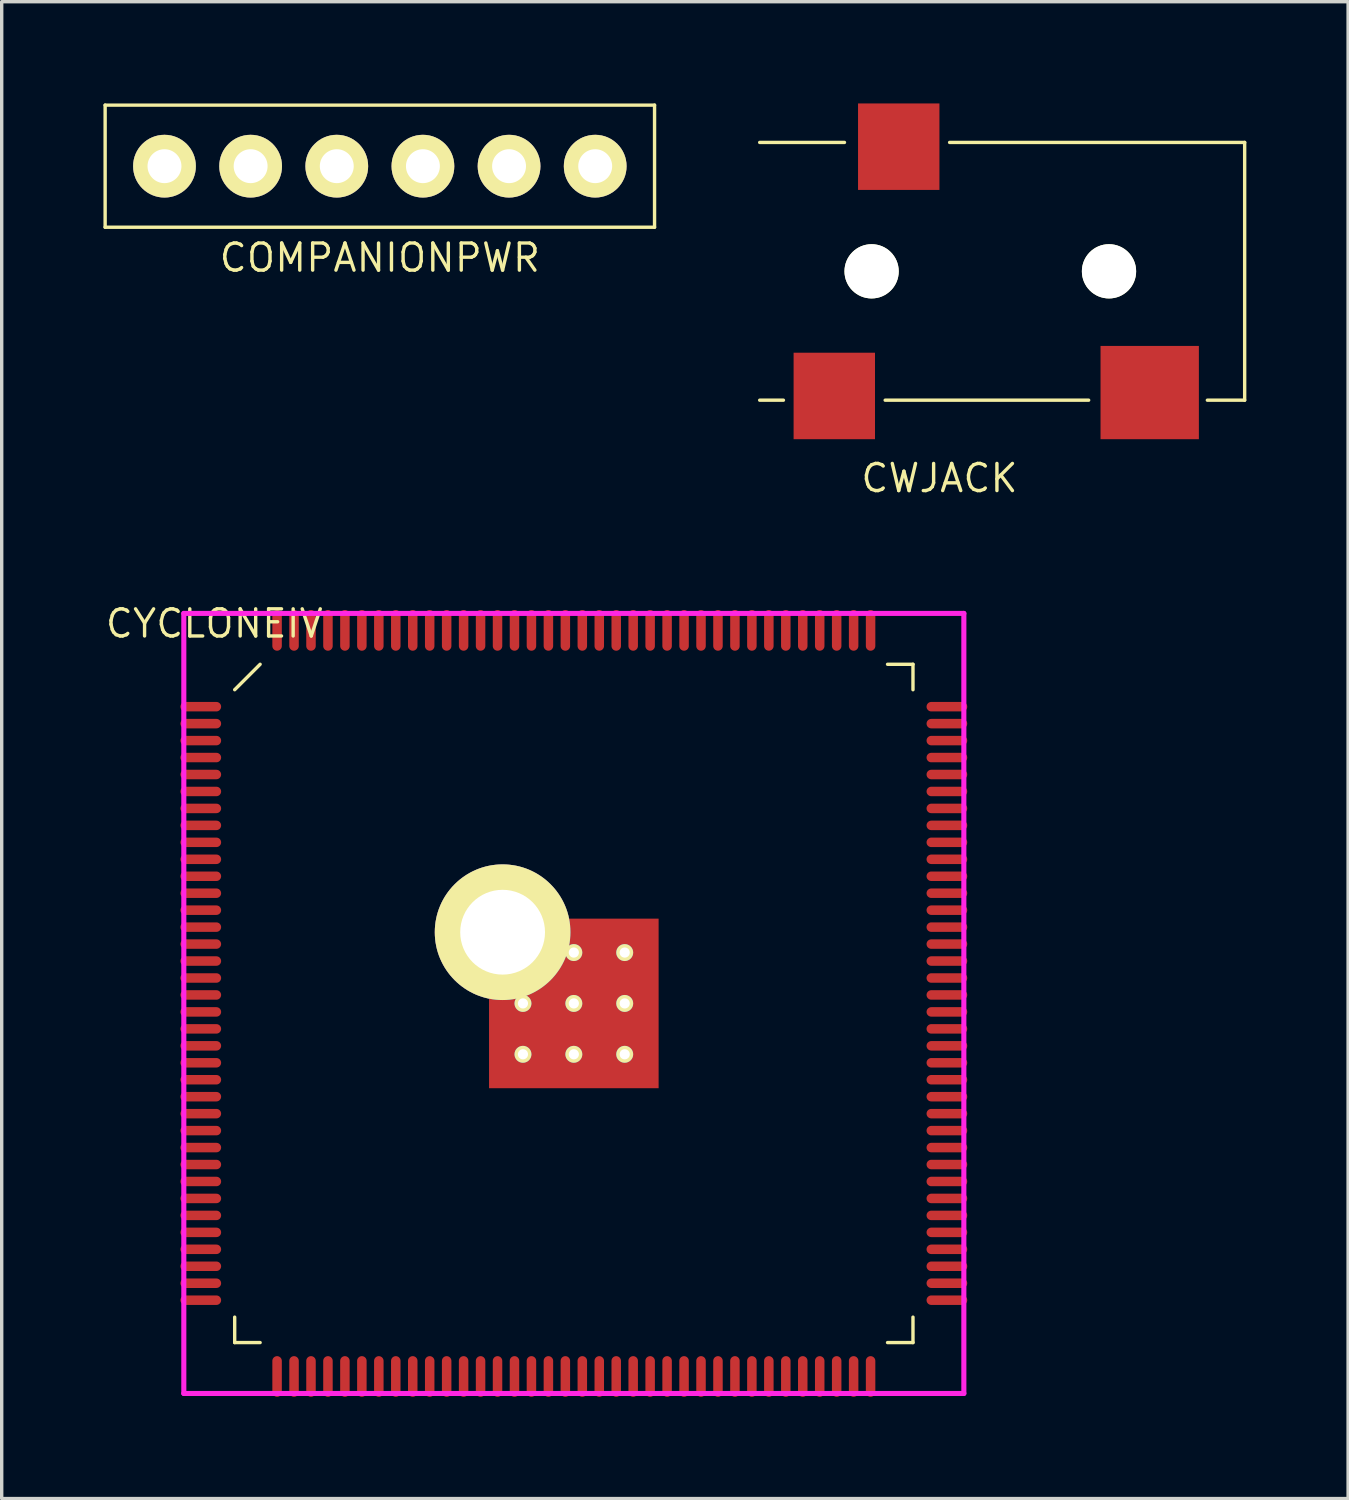
<source format=kicad_pcb>
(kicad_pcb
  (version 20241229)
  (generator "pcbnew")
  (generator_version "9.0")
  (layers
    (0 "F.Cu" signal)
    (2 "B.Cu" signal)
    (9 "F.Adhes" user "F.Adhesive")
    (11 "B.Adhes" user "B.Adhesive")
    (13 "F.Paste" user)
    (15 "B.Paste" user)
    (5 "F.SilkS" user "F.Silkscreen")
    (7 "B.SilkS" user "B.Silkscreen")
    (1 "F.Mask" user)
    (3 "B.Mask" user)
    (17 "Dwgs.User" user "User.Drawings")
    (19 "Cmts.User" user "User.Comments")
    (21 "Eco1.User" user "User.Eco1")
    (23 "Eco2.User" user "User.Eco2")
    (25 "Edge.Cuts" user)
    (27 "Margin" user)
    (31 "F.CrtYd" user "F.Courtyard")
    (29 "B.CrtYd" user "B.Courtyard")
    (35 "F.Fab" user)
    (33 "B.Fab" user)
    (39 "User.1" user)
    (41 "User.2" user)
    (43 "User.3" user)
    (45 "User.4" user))
  (footprint "CWJACK"
    (layer "F.Cu")
    (at 22.65 4.95)
    (property "Reference" "CWJACK" (at 2 6.1 0) (layer "F.SilkS") (effects (font (size 0.8 0.8) (thickness 0.1))))
    (attr through_hole)
    (fp_line (start -2.6 3.8) (end -3.3 3.8) (stroke (width 0.1) (type solid)) (layer "F.SilkS"))
    (fp_line (start -0.8 -3.8) (end -3.3 -3.8) (stroke (width 0.1) (type solid)) (layer "F.SilkS"))
    (fp_line (start 2.3 -3.8) (end 11 -3.8) (stroke (width 0.1) (type solid)) (layer "F.SilkS"))
    (fp_line (start 6.4 3.8) (end 0.4 3.8) (stroke (width 0.1) (type solid)) (layer "F.SilkS"))
    (fp_line (start 11 -3.8) (end 11 3.8) (stroke (width 0.1) (type solid)) (layer "F.SilkS"))
    (fp_line (start 11 3.8) (end 9.9 3.8) (stroke (width 0.1) (type solid)) (layer "F.SilkS"))
    (pad "" np_thru_hole circle (at 0 0) (size 1.6 1.6) (drill 1.6) (layers "*.Cu" "*.Mask" "F.SilkS"))
    (pad "" np_thru_hole circle (at 7 0) (size 1.6 1.6) (drill 1.6) (layers "*.Cu" "*.Mask" "F.SilkS"))
    (pad "2" smd rect (at 0.8 -3.675) (size 2.4 2.55) (layers "F.Cu" "F.Mask" "F.Paste"))
    (pad "3" smd rect (at -1.1 3.675) (size 2.4 2.55) (layers "F.Cu" "F.Mask" "F.Paste"))
    (pad "4" smd rect (at 8.2 3.575) (size 2.9 2.75) (layers "F.Cu" "F.Mask" "F.Paste")))
  (footprint "CYCLONEIV"
    (layer "F.Cu")
    (at 13.87 26.537)
    (property "Reference" "CYCLONEIV" (at -10.6 -11.2 0) (layer "F.SilkS") (effects (font (size 0.8 0.8) (thickness 0.1))))
    (attr through_hole)
    (fp_line (start -10 -9.25) (end -9.25 -10) (stroke (width 0.1) (type solid)) (layer "F.SilkS"))
    (fp_line (start -10 10) (end -10 9.25) (stroke (width 0.1) (type solid)) (layer "F.SilkS"))
    (fp_line (start -9.25 10) (end -10 10) (stroke (width 0.1) (type solid)) (layer "F.SilkS"))
    (fp_line (start 9.25 -10) (end 10 -10) (stroke (width 0.1) (type solid)) (layer "F.SilkS"))
    (fp_line (start 9.25 10) (end 10 10) (stroke (width 0.1) (type solid)) (layer "F.SilkS"))
    (fp_line (start 10 -10) (end 10 -9.25) (stroke (width 0.1) (type solid)) (layer "F.SilkS"))
    (fp_line (start 10 10) (end 10 9.25) (stroke (width 0.1) (type solid)) (layer "F.SilkS"))
    (fp_poly (pts (xy 1.5 -1.5) (xy 1.5 1.5) (xy -1.5 1.5) (xy -1.5 -1.5)) (stroke (width 0.15) (type solid)) (fill yes) (layer "F.Paste"))
    (fp_line (start -11.5 -11.5) (end 11.5 -11.5) (stroke (width 0.15) (type solid)) (layer "F.CrtYd"))
    (fp_line (start -11.5 11.5) (end -11.5 -11.5) (stroke (width 0.15) (type solid)) (layer "F.CrtYd"))
    (fp_line (start 11.5 -11.5) (end 11.5 11.5) (stroke (width 0.15) (type solid)) (layer "F.CrtYd"))
    (fp_line (start 11.5 11.5) (end -11.5 11.5) (stroke (width 0.15) (type solid)) (layer "F.CrtYd"))
    (pad "1" smd oval (at -11 -8.75 90) (size 0.28 1.2) (layers "F.Cu" "F.Mask" "F.Paste"))
    (pad "2" smd oval (at -11 -8.25 90) (size 0.28 1.2) (layers "F.Cu" "F.Mask" "F.Paste"))
    (pad "3" smd oval (at -11 -7.75 90) (size 0.28 1.2) (layers "F.Cu" "F.Mask" "F.Paste"))
    (pad "4" smd oval (at -11 -7.25 90) (size 0.28 1.2) (layers "F.Cu" "F.Mask" "F.Paste"))
    (pad "5" smd oval (at -11 -6.75 90) (size 0.28 1.2) (layers "F.Cu" "F.Mask" "F.Paste"))
    (pad "6" smd oval (at -11 -6.25 90) (size 0.28 1.2) (layers "F.Cu" "F.Mask" "F.Paste"))
    (pad "7" smd oval (at -11 -5.75 90) (size 0.28 1.2) (layers "F.Cu" "F.Mask" "F.Paste"))
    (pad "8" smd oval (at -11 -5.25 90) (size 0.28 1.2) (layers "F.Cu" "F.Mask" "F.Paste"))
    (pad "9" smd oval (at -11 -4.75 90) (size 0.28 1.2) (layers "F.Cu" "F.Mask" "F.Paste"))
    (pad "10" smd oval (at -11 -4.25 90) (size 0.28 1.2) (layers "F.Cu" "F.Mask" "F.Paste"))
    (pad "11" smd oval (at -11 -3.75 90) (size 0.28 1.2) (layers "F.Cu" "F.Mask" "F.Paste"))
    (pad "12" smd oval (at -11 -3.25 90) (size 0.28 1.2) (layers "F.Cu" "F.Mask" "F.Paste"))
    (pad "13" smd oval (at -11 -2.75 90) (size 0.28 1.2) (layers "F.Cu" "F.Mask" "F.Paste"))
    (pad "14" smd oval (at -11 -2.25 90) (size 0.28 1.2) (layers "F.Cu" "F.Mask" "F.Paste"))
    (pad "15" smd oval (at -11 -1.75 90) (size 0.28 1.2) (layers "F.Cu" "F.Mask" "F.Paste"))
    (pad "16" smd oval (at -11 -1.25 90) (size 0.28 1.2) (layers "F.Cu" "F.Mask" "F.Paste"))
    (pad "17" smd oval (at -11 -0.75 90) (size 0.28 1.2) (layers "F.Cu" "F.Mask" "F.Paste"))
    (pad "18" smd oval (at -11 -0.25 90) (size 0.28 1.2) (layers "F.Cu" "F.Mask" "F.Paste"))
    (pad "19" smd oval (at -11 0.25 90) (size 0.28 1.2) (layers "F.Cu" "F.Mask" "F.Paste"))
    (pad "20" smd oval (at -11 0.75 90) (size 0.28 1.2) (layers "F.Cu" "F.Mask" "F.Paste"))
    (pad "21" smd oval (at -11 1.25 90) (size 0.28 1.2) (layers "F.Cu" "F.Mask" "F.Paste"))
    (pad "22" smd oval (at -11 1.75 90) (size 0.28 1.2) (layers "F.Cu" "F.Mask" "F.Paste"))
    (pad "23" smd oval (at -11 2.25 90) (size 0.28 1.2) (layers "F.Cu" "F.Mask" "F.Paste"))
    (pad "24" smd oval (at -11 2.75 90) (size 0.28 1.2) (layers "F.Cu" "F.Mask" "F.Paste"))
    (pad "25" smd oval (at -11 3.25 90) (size 0.28 1.2) (layers "F.Cu" "F.Mask" "F.Paste"))
    (pad "26" smd oval (at -11 3.75 90) (size 0.28 1.2) (layers "F.Cu" "F.Mask" "F.Paste"))
    (pad "27" smd oval (at -11 4.25 90) (size 0.28 1.2) (layers "F.Cu" "F.Mask" "F.Paste"))
    (pad "28" smd oval (at -11 4.75 90) (size 0.28 1.2) (layers "F.Cu" "F.Mask" "F.Paste"))
    (pad "29" smd oval (at -11 5.25 90) (size 0.28 1.2) (layers "F.Cu" "F.Mask" "F.Paste"))
    (pad "30" smd oval (at -11 5.75 90) (size 0.28 1.2) (layers "F.Cu" "F.Mask" "F.Paste"))
    (pad "31" smd oval (at -11 6.25 90) (size 0.28 1.2) (layers "F.Cu" "F.Mask" "F.Paste"))
    (pad "32" smd oval (at -11 6.75 90) (size 0.28 1.2) (layers "F.Cu" "F.Mask" "F.Paste"))
    (pad "33" smd oval (at -11 7.25 90) (size 0.28 1.2) (layers "F.Cu" "F.Mask" "F.Paste"))
    (pad "34" smd oval (at -11 7.75 90) (size 0.28 1.2) (layers "F.Cu" "F.Mask" "F.Paste"))
    (pad "35" smd oval (at -11 8.25 90) (size 0.28 1.2) (layers "F.Cu" "F.Mask" "F.Paste"))
    (pad "36" smd oval (at -11 8.75 90) (size 0.28 1.2) (layers "F.Cu" "F.Mask" "F.Paste"))
    (pad "37" smd oval (at -8.75 11) (size 0.28 1.2) (layers "F.Cu" "F.Mask" "F.Paste"))
    (pad "38" smd oval (at -8.25 11) (size 0.28 1.2) (layers "F.Cu" "F.Mask" "F.Paste"))
    (pad "39" smd oval (at -7.75 11) (size 0.28 1.2) (layers "F.Cu" "F.Mask" "F.Paste"))
    (pad "40" smd oval (at -7.25 11) (size 0.28 1.2) (layers "F.Cu" "F.Mask" "F.Paste"))
    (pad "41" smd oval (at -6.75 11) (size 0.28 1.2) (layers "F.Cu" "F.Mask" "F.Paste"))
    (pad "42" smd oval (at -6.25 11) (size 0.28 1.2) (layers "F.Cu" "F.Mask" "F.Paste"))
    (pad "43" smd oval (at -5.75 11) (size 0.28 1.2) (layers "F.Cu" "F.Mask" "F.Paste"))
    (pad "44" smd oval (at -5.25 11) (size 0.28 1.2) (layers "F.Cu" "F.Mask" "F.Paste"))
    (pad "45" smd oval (at -4.75 11) (size 0.28 1.2) (layers "F.Cu" "F.Mask" "F.Paste"))
    (pad "46" smd oval (at -4.25 11) (size 0.28 1.2) (layers "F.Cu" "F.Mask" "F.Paste"))
    (pad "47" smd oval (at -3.75 11) (size 0.28 1.2) (layers "F.Cu" "F.Mask" "F.Paste"))
    (pad "48" smd oval (at -3.25 11) (size 0.28 1.2) (layers "F.Cu" "F.Mask" "F.Paste"))
    (pad "49" smd oval (at -2.75 11) (size 0.28 1.2) (layers "F.Cu" "F.Mask" "F.Paste"))
    (pad "50" smd oval (at -2.25 11) (size 0.28 1.2) (layers "F.Cu" "F.Mask" "F.Paste"))
    (pad "51" smd oval (at -1.75 11) (size 0.28 1.2) (layers "F.Cu" "F.Mask" "F.Paste"))
    (pad "52" smd oval (at -1.25 11) (size 0.28 1.2) (layers "F.Cu" "F.Mask" "F.Paste"))
    (pad "53" smd oval (at -0.75 11) (size 0.28 1.2) (layers "F.Cu" "F.Mask" "F.Paste"))
    (pad "54" smd oval (at -0.25 11) (size 0.28 1.2) (layers "F.Cu" "F.Mask" "F.Paste"))
    (pad "55" smd oval (at 0.25 11) (size 0.28 1.2) (layers "F.Cu" "F.Mask" "F.Paste"))
    (pad "56" smd oval (at 0.75 11) (size 0.28 1.2) (layers "F.Cu" "F.Mask" "F.Paste"))
    (pad "57" smd oval (at 1.25 11) (size 0.28 1.2) (layers "F.Cu" "F.Mask" "F.Paste"))
    (pad "58" smd oval (at 1.75 11) (size 0.28 1.2) (layers "F.Cu" "F.Mask" "F.Paste"))
    (pad "59" smd oval (at 2.25 11) (size 0.28 1.2) (layers "F.Cu" "F.Mask" "F.Paste"))
    (pad "60" smd oval (at 2.75 11) (size 0.28 1.2) (layers "F.Cu" "F.Mask" "F.Paste"))
    (pad "61" smd oval (at 3.25 11) (size 0.28 1.2) (layers "F.Cu" "F.Mask" "F.Paste"))
    (pad "62" smd oval (at 3.75 11) (size 0.28 1.2) (layers "F.Cu" "F.Mask" "F.Paste"))
    (pad "63" smd oval (at 4.25 11) (size 0.28 1.2) (layers "F.Cu" "F.Mask" "F.Paste"))
    (pad "64" smd oval (at 4.75 11) (size 0.28 1.2) (layers "F.Cu" "F.Mask" "F.Paste"))
    (pad "65" smd oval (at 5.25 11) (size 0.28 1.2) (layers "F.Cu" "F.Mask" "F.Paste"))
    (pad "66" smd oval (at 5.75 11) (size 0.28 1.2) (layers "F.Cu" "F.Mask" "F.Paste"))
    (pad "67" smd oval (at 6.25 11) (size 0.28 1.2) (layers "F.Cu" "F.Mask" "F.Paste"))
    (pad "68" smd oval (at 6.75 11) (size 0.28 1.2) (layers "F.Cu" "F.Mask" "F.Paste"))
    (pad "69" smd oval (at 7.25 11) (size 0.28 1.2) (layers "F.Cu" "F.Mask" "F.Paste"))
    (pad "70" smd oval (at 7.75 11) (size 0.28 1.2) (layers "F.Cu" "F.Mask" "F.Paste"))
    (pad "71" smd oval (at 8.25 11) (size 0.28 1.2) (layers "F.Cu" "F.Mask" "F.Paste"))
    (pad "72" smd oval (at 8.75 11) (size 0.28 1.2) (layers "F.Cu" "F.Mask" "F.Paste"))
    (pad "73" smd oval (at 11 8.75 90) (size 0.28 1.2) (layers "F.Cu" "F.Mask" "F.Paste"))
    (pad "74" smd oval (at 11 8.25 90) (size 0.28 1.2) (layers "F.Cu" "F.Mask" "F.Paste"))
    (pad "75" smd oval (at 11 7.75 90) (size 0.28 1.2) (layers "F.Cu" "F.Mask" "F.Paste"))
    (pad "76" smd oval (at 11 7.25 90) (size 0.28 1.2) (layers "F.Cu" "F.Mask" "F.Paste"))
    (pad "77" smd oval (at 11 6.75 90) (size 0.28 1.2) (layers "F.Cu" "F.Mask" "F.Paste"))
    (pad "78" smd oval (at 11 6.25 90) (size 0.28 1.2) (layers "F.Cu" "F.Mask" "F.Paste"))
    (pad "79" smd oval (at 11 5.75 90) (size 0.28 1.2) (layers "F.Cu" "F.Mask" "F.Paste"))
    (pad "80" smd oval (at 11 5.25 90) (size 0.28 1.2) (layers "F.Cu" "F.Mask" "F.Paste"))
    (pad "81" smd oval (at 11 4.75 90) (size 0.28 1.2) (layers "F.Cu" "F.Mask" "F.Paste"))
    (pad "82" smd oval (at 11 4.25 90) (size 0.28 1.2) (layers "F.Cu" "F.Mask" "F.Paste"))
    (pad "83" smd oval (at 11 3.75 90) (size 0.28 1.2) (layers "F.Cu" "F.Mask" "F.Paste"))
    (pad "84" smd oval (at 11 3.25 90) (size 0.28 1.2) (layers "F.Cu" "F.Mask" "F.Paste"))
    (pad "85" smd oval (at 11 2.75 90) (size 0.28 1.2) (layers "F.Cu" "F.Mask" "F.Paste"))
    (pad "86" smd oval (at 11 2.25 90) (size 0.28 1.2) (layers "F.Cu" "F.Mask" "F.Paste"))
    (pad "87" smd oval (at 11 1.75 90) (size 0.28 1.2) (layers "F.Cu" "F.Mask" "F.Paste"))
    (pad "88" smd oval (at 11 1.25 90) (size 0.28 1.2) (layers "F.Cu" "F.Mask" "F.Paste"))
    (pad "89" smd oval (at 11 0.75 90) (size 0.28 1.2) (layers "F.Cu" "F.Mask" "F.Paste"))
    (pad "90" smd oval (at 11 0.25 90) (size 0.28 1.2) (layers "F.Cu" "F.Mask" "F.Paste"))
    (pad "91" smd oval (at 11 -0.25 90) (size 0.28 1.2) (layers "F.Cu" "F.Mask" "F.Paste"))
    (pad "92" smd oval (at 11 -0.75 90) (size 0.28 1.2) (layers "F.Cu" "F.Mask" "F.Paste"))
    (pad "93" smd oval (at 11 -1.25 90) (size 0.28 1.2) (layers "F.Cu" "F.Mask" "F.Paste"))
    (pad "94" smd oval (at 11 -1.75 90) (size 0.28 1.2) (layers "F.Cu" "F.Mask" "F.Paste"))
    (pad "95" smd oval (at 11 -2.25 90) (size 0.28 1.2) (layers "F.Cu" "F.Mask" "F.Paste"))
    (pad "96" smd oval (at 11 -2.75 90) (size 0.28 1.2) (layers "F.Cu" "F.Mask" "F.Paste"))
    (pad "97" smd oval (at 11 -3.25 90) (size 0.28 1.2) (layers "F.Cu" "F.Mask" "F.Paste"))
    (pad "98" smd oval (at 11 -3.75 90) (size 0.28 1.2) (layers "F.Cu" "F.Mask" "F.Paste"))
    (pad "99" smd oval (at 11 -4.25 90) (size 0.28 1.2) (layers "F.Cu" "F.Mask" "F.Paste"))
    (pad "100" smd oval (at 11 -4.75 90) (size 0.28 1.2) (layers "F.Cu" "F.Mask" "F.Paste"))
    (pad "101" smd oval (at 11 -5.25 90) (size 0.28 1.2) (layers "F.Cu" "F.Mask" "F.Paste"))
    (pad "102" smd oval (at 11 -5.75 90) (size 0.28 1.2) (layers "F.Cu" "F.Mask" "F.Paste"))
    (pad "103" smd oval (at 11 -6.25 90) (size 0.28 1.2) (layers "F.Cu" "F.Mask" "F.Paste"))
    (pad "104" smd oval (at 11 -6.75 90) (size 0.28 1.2) (layers "F.Cu" "F.Mask" "F.Paste"))
    (pad "105" smd oval (at 11 -7.25 90) (size 0.28 1.2) (layers "F.Cu" "F.Mask" "F.Paste"))
    (pad "106" smd oval (at 11 -7.75 90) (size 0.28 1.2) (layers "F.Cu" "F.Mask" "F.Paste"))
    (pad "107" smd oval (at 11 -8.25 90) (size 0.28 1.2) (layers "F.Cu" "F.Mask" "F.Paste"))
    (pad "108" smd oval (at 11 -8.75 90) (size 0.28 1.2) (layers "F.Cu" "F.Mask" "F.Paste"))
    (pad "109" smd oval (at 8.75 -11) (size 0.28 1.2) (layers "F.Cu" "F.Mask" "F.Paste"))
    (pad "110" smd oval (at 8.25 -11) (size 0.28 1.2) (layers "F.Cu" "F.Mask" "F.Paste"))
    (pad "111" smd oval (at 7.75 -11) (size 0.28 1.2) (layers "F.Cu" "F.Mask" "F.Paste"))
    (pad "112" smd oval (at 7.25 -11) (size 0.28 1.2) (layers "F.Cu" "F.Mask" "F.Paste"))
    (pad "113" smd oval (at 6.75 -11) (size 0.28 1.2) (layers "F.Cu" "F.Mask" "F.Paste"))
    (pad "114" smd oval (at 6.25 -11) (size 0.28 1.2) (layers "F.Cu" "F.Mask" "F.Paste"))
    (pad "115" smd oval (at 5.75 -11) (size 0.28 1.2) (layers "F.Cu" "F.Mask" "F.Paste"))
    (pad "116" smd oval (at 5.25 -11) (size 0.28 1.2) (layers "F.Cu" "F.Mask" "F.Paste"))
    (pad "117" smd oval (at 4.75 -11) (size 0.28 1.2) (layers "F.Cu" "F.Mask" "F.Paste"))
    (pad "118" smd oval (at 4.25 -11) (size 0.28 1.2) (layers "F.Cu" "F.Mask" "F.Paste"))
    (pad "119" smd oval (at 3.75 -11) (size 0.28 1.2) (layers "F.Cu" "F.Mask" "F.Paste"))
    (pad "120" smd oval (at 3.25 -11) (size 0.28 1.2) (layers "F.Cu" "F.Mask" "F.Paste"))
    (pad "121" smd oval (at 2.75 -11) (size 0.28 1.2) (layers "F.Cu" "F.Mask" "F.Paste"))
    (pad "122" smd oval (at 2.25 -11) (size 0.28 1.2) (layers "F.Cu" "F.Mask" "F.Paste"))
    (pad "123" smd oval (at 1.75 -11) (size 0.28 1.2) (layers "F.Cu" "F.Mask" "F.Paste"))
    (pad "124" smd oval (at 1.25 -11) (size 0.28 1.2) (layers "F.Cu" "F.Mask" "F.Paste"))
    (pad "125" smd oval (at 0.75 -11) (size 0.28 1.2) (layers "F.Cu" "F.Mask" "F.Paste"))
    (pad "126" smd oval (at 0.25 -11) (size 0.28 1.2) (layers "F.Cu" "F.Mask" "F.Paste"))
    (pad "127" smd oval (at -0.25 -11) (size 0.28 1.2) (layers "F.Cu" "F.Mask" "F.Paste"))
    (pad "128" smd oval (at -0.75 -11) (size 0.28 1.2) (layers "F.Cu" "F.Mask" "F.Paste"))
    (pad "129" smd oval (at -1.25 -11) (size 0.28 1.2) (layers "F.Cu" "F.Mask" "F.Paste"))
    (pad "130" smd oval (at -1.75 -11) (size 0.28 1.2) (layers "F.Cu" "F.Mask" "F.Paste"))
    (pad "131" smd oval (at -2.25 -11) (size 0.28 1.2) (layers "F.Cu" "F.Mask" "F.Paste"))
    (pad "132" smd oval (at -2.75 -11) (size 0.28 1.2) (layers "F.Cu" "F.Mask" "F.Paste"))
    (pad "133" smd oval (at -3.25 -11) (size 0.28 1.2) (layers "F.Cu" "F.Mask" "F.Paste"))
    (pad "134" smd oval (at -3.75 -11) (size 0.28 1.2) (layers "F.Cu" "F.Mask" "F.Paste"))
    (pad "135" smd oval (at -4.25 -11) (size 0.28 1.2) (layers "F.Cu" "F.Mask" "F.Paste"))
    (pad "136" smd oval (at -4.75 -11) (size 0.28 1.2) (layers "F.Cu" "F.Mask" "F.Paste"))
    (pad "137" smd oval (at -5.25 -11) (size 0.28 1.2) (layers "F.Cu" "F.Mask" "F.Paste"))
    (pad "138" smd oval (at -5.75 -11) (size 0.28 1.2) (layers "F.Cu" "F.Mask" "F.Paste"))
    (pad "139" smd oval (at -6.25 -11) (size 0.28 1.2) (layers "F.Cu" "F.Mask" "F.Paste"))
    (pad "140" smd oval (at -6.75 -11) (size 0.28 1.2) (layers "F.Cu" "F.Mask" "F.Paste"))
    (pad "141" smd oval (at -7.25 -11) (size 0.28 1.2) (layers "F.Cu" "F.Mask" "F.Paste"))
    (pad "142" smd oval (at -7.75 -11) (size 0.28 1.2) (layers "F.Cu" "F.Mask" "F.Paste"))
    (pad "143" smd oval (at -8.25 -11) (size 0.28 1.2) (layers "F.Cu" "F.Mask" "F.Paste"))
    (pad "144" smd oval (at -8.75 -11) (size 0.28 1.2) (layers "F.Cu" "F.Mask" "F.Paste"))
    (pad "145" thru_hole circle (at -2.1 -2.1) (size 4 4) (drill 2.5) (layers "*.Cu" "*.Mask" "F.SilkS"))
    (pad "145" thru_hole circle (at -1.5 0) (size 0.5 0.5) (drill 0.3) (layers "*.Cu" "*.Mask" "F.SilkS"))
    (pad "145" thru_hole circle (at -1.5 1.5) (size 0.5 0.5) (drill 0.3) (layers "*.Cu" "*.Mask" "F.SilkS"))
    (pad "145" thru_hole circle (at 0 -1.5) (size 0.5 0.5) (drill 0.3) (layers "*.Cu" "*.Mask" "F.SilkS"))
    (pad "145" thru_hole circle (at 0 0) (size 0.5 0.5) (drill 0.3) (layers "*.Cu" "*.Mask" "F.SilkS"))
    (pad "145" smd rect (at 0 0) (size 5 5) (layers "F.Cu" "F.Mask"))
    (pad "145" thru_hole circle (at 0 1.5) (size 0.5 0.5) (drill 0.3) (layers "*.Cu" "*.Mask" "F.SilkS"))
    (pad "145" thru_hole circle (at 1.5 -1.5) (size 0.5 0.5) (drill 0.3) (layers "*.Cu" "*.Mask" "F.SilkS"))
    (pad "145" thru_hole circle (at 1.5 0) (size 0.5 0.5) (drill 0.3) (layers "*.Cu" "*.Mask" "F.SilkS"))
    (pad "145" thru_hole circle (at 1.5 1.5) (size 0.5 0.5) (drill 0.3) (layers "*.Cu" "*.Mask" "F.SilkS")))
  (footprint "COMPANIONPWR"
    (layer "F.Cu")
    (at 8.15 1.85)
    (property "Reference" "COMPANIONPWR" (at 0 2.7 0) (layer "F.SilkS") (effects (font (size 0.8 0.8) (thickness 0.1))))
    (attr through_hole)
    (fp_line (start -8.1 -1.8) (end -8.1 1.8) (stroke (width 0.1) (type solid)) (layer "F.SilkS"))
    (fp_line (start -8.1 1.8) (end 8.1 1.8) (stroke (width 0.1) (type solid)) (layer "F.SilkS"))
    (fp_line (start 8.1 -1.8) (end -8.1 -1.8) (stroke (width 0.1) (type solid)) (layer "F.SilkS"))
    (fp_line (start 8.1 1.8) (end 8.1 -1.8) (stroke (width 0.1) (type solid)) (layer "F.SilkS"))
    (pad "1" thru_hole circle (at -6.35 0) (size 1.85 1.85) (drill 1) (layers "*.Cu" "*.Mask" "F.SilkS"))
    (pad "1" thru_hole circle (at -3.81 0) (size 1.85 1.85) (drill 1) (layers "*.Cu" "*.Mask" "F.SilkS"))
    (pad "2" thru_hole circle (at -1.27 0) (size 1.85 1.85) (drill 1) (layers "*.Cu" "*.Mask" "F.SilkS"))
    (pad "2" thru_hole circle (at 1.27 0) (size 1.85 1.85) (drill 1) (layers "*.Cu" "*.Mask" "F.SilkS"))
    (pad "3" thru_hole circle (at 3.81 0) (size 1.85 1.85) (drill 1) (layers "*.Cu" "*.Mask" "F.SilkS"))
    (pad "3" thru_hole circle (at 6.35 0) (size 1.85 1.85) (drill 1) (layers "*.Cu" "*.Mask" "F.SilkS")))
  (gr_rect
    (start -3 -3)
    (end 36.7 41.137)
    (stroke (width 0.1) (type default))
    (fill no)
    (layer "Edge.Cuts")))
</source>
